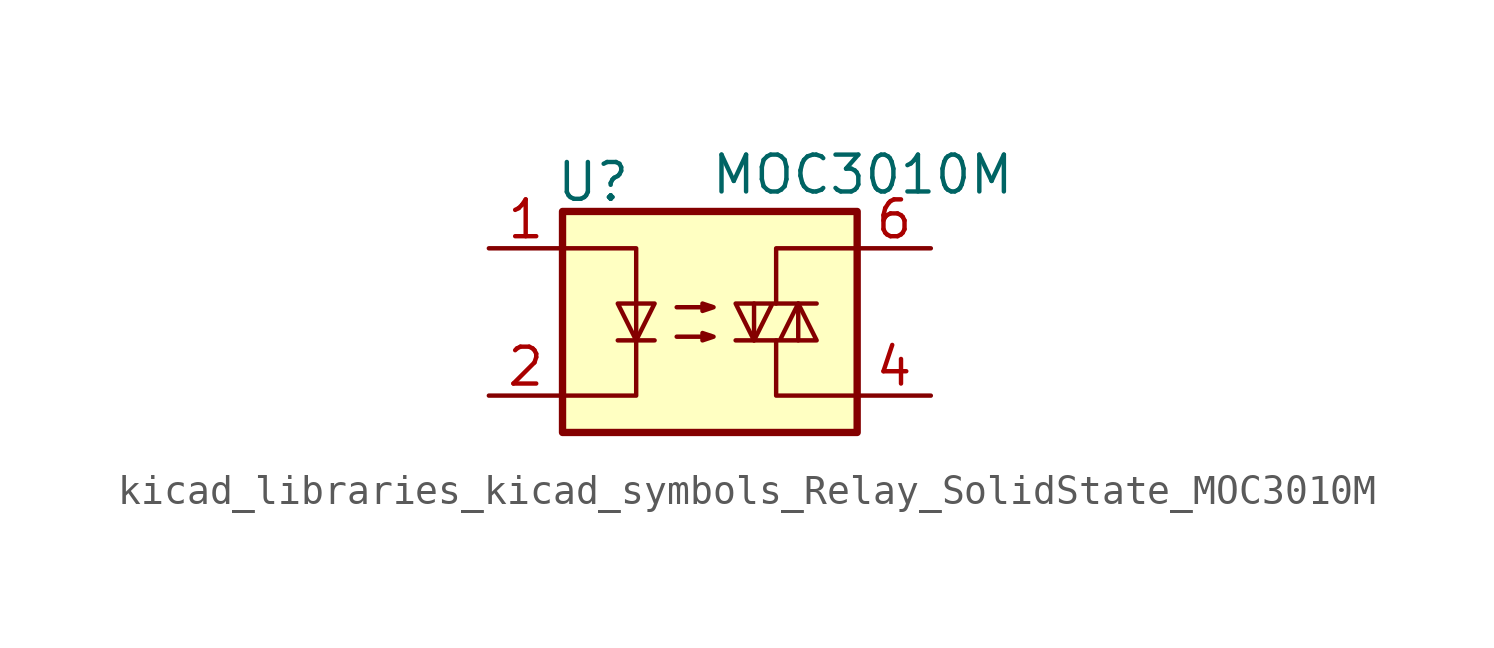
<source format=kicad_sym>
(kicad_symbol_lib
  (version 20220914)
  (generator kicad_symbol_editor)
  (symbol "kicad_libraries_kicad_symbols_Relay_SolidState_MOC3010M"
    (property "Reference" "U"
      (at -5.334 4.826 0)
      (effects (font (size 1.27 1.27)) (justify left)))
    (property "Value" "MOC3010M"
      (at 0 5.08 0)
      (effects (font (size 1.27 1.27)) (justify left)))
    (symbol "kicad_libraries_kicad_symbols_Relay_SolidState_MOC3010M_0_1"
      (rectangle (start -5.08 3.81) (end 5.08 -3.81) (stroke (width 0.254) (type default)) (fill (type background)))
      (polyline (pts (xy -3.175 -0.635) (xy -1.905 -0.635)) (stroke (width 0) (type default)) (fill (type none)))
      (polyline (pts (xy 1.524 -0.635) (xy 1.524 0.635)) (stroke (width 0) (type default)) (fill (type none)))
      (polyline (pts (xy 3.048 0.635) (xy 3.048 -0.635)) (stroke (width 0) (type default)) (fill (type none)))
      (polyline (pts (xy 2.286 -0.635) (xy 2.286 -2.54) (xy 5.08 -2.54)) (stroke (width 0) (type default)) (fill (type none)))
      (polyline (pts (xy 2.286 0.635) (xy 2.286 2.54) (xy 5.08 2.54)) (stroke (width 0) (type default)) (fill (type none)))
      (polyline (pts (xy -5.08 2.54) (xy -2.54 2.54) (xy -2.54 -2.54) (xy -5.08 -2.54)) (stroke (width 0) (type default)) (fill (type none)))
      (polyline (pts (xy -2.54 -0.635) (xy -3.175 0.635) (xy -1.905 0.635) (xy -2.54 -0.635)) (stroke (width 0) (type default)) (fill (type none)))
      (polyline (pts (xy 0.889 -0.635) (xy 3.683 -0.635) (xy 3.048 0.635) (xy 2.413 -0.635)) (stroke (width 0) (type default)) (fill (type none)))
      (polyline (pts (xy 3.683 0.635) (xy 0.889 0.635) (xy 1.524 -0.635) (xy 2.159 0.635)) (stroke (width 0) (type default)) (fill (type none)))
      (polyline (pts (xy -1.143 -0.508) (xy 0.127 -0.508) (xy -0.254 -0.635) (xy -0.254 -0.381) (xy 0.127 -0.508)) (stroke (width 0) (type default)) (fill (type none)))
      (polyline (pts (xy -1.143 0.508) (xy 0.127 0.508) (xy -0.254 0.381) (xy -0.254 0.635) (xy 0.127 0.508)) (stroke (width 0) (type default)) (fill (type none))))
    (symbol "kicad_libraries_kicad_symbols_Relay_SolidState_MOC3010M_1_1"
      (pin passive line (at -7.62 2.54 0) (length 2.54) (name "~" (effects (font (size 1.27 1.27)))) (number "1" (effects (font (size 1.27 1.27)))))
      (pin passive line (at -7.62 -2.54 0) (length 2.54) (name "~" (effects (font (size 1.27 1.27)))) (number "2" (effects (font (size 1.27 1.27)))))
      (pin no_connect line (at -5.08 0 0) (length 2.54) hide (name "NC" (effects (font (size 1.27 1.27)))) (number "3" (effects (font (size 1.27 1.27)))))
      (pin passive line (at 7.62 -2.54 180) (length 2.54) (name "~" (effects (font (size 1.27 1.27)))) (number "4" (effects (font (size 1.27 1.27)))))
      (pin no_connect line (at 5.08 0 180) (length 2.54) hide (name "NC" (effects (font (size 1.27 1.27)))) (number "5" (effects (font (size 1.27 1.27)))))
      (pin passive line (at 7.62 2.54 180) (length 2.54) (name "~" (effects (font (size 1.27 1.27)))) (number "6" (effects (font (size 1.27 1.27))))))))
</source>
